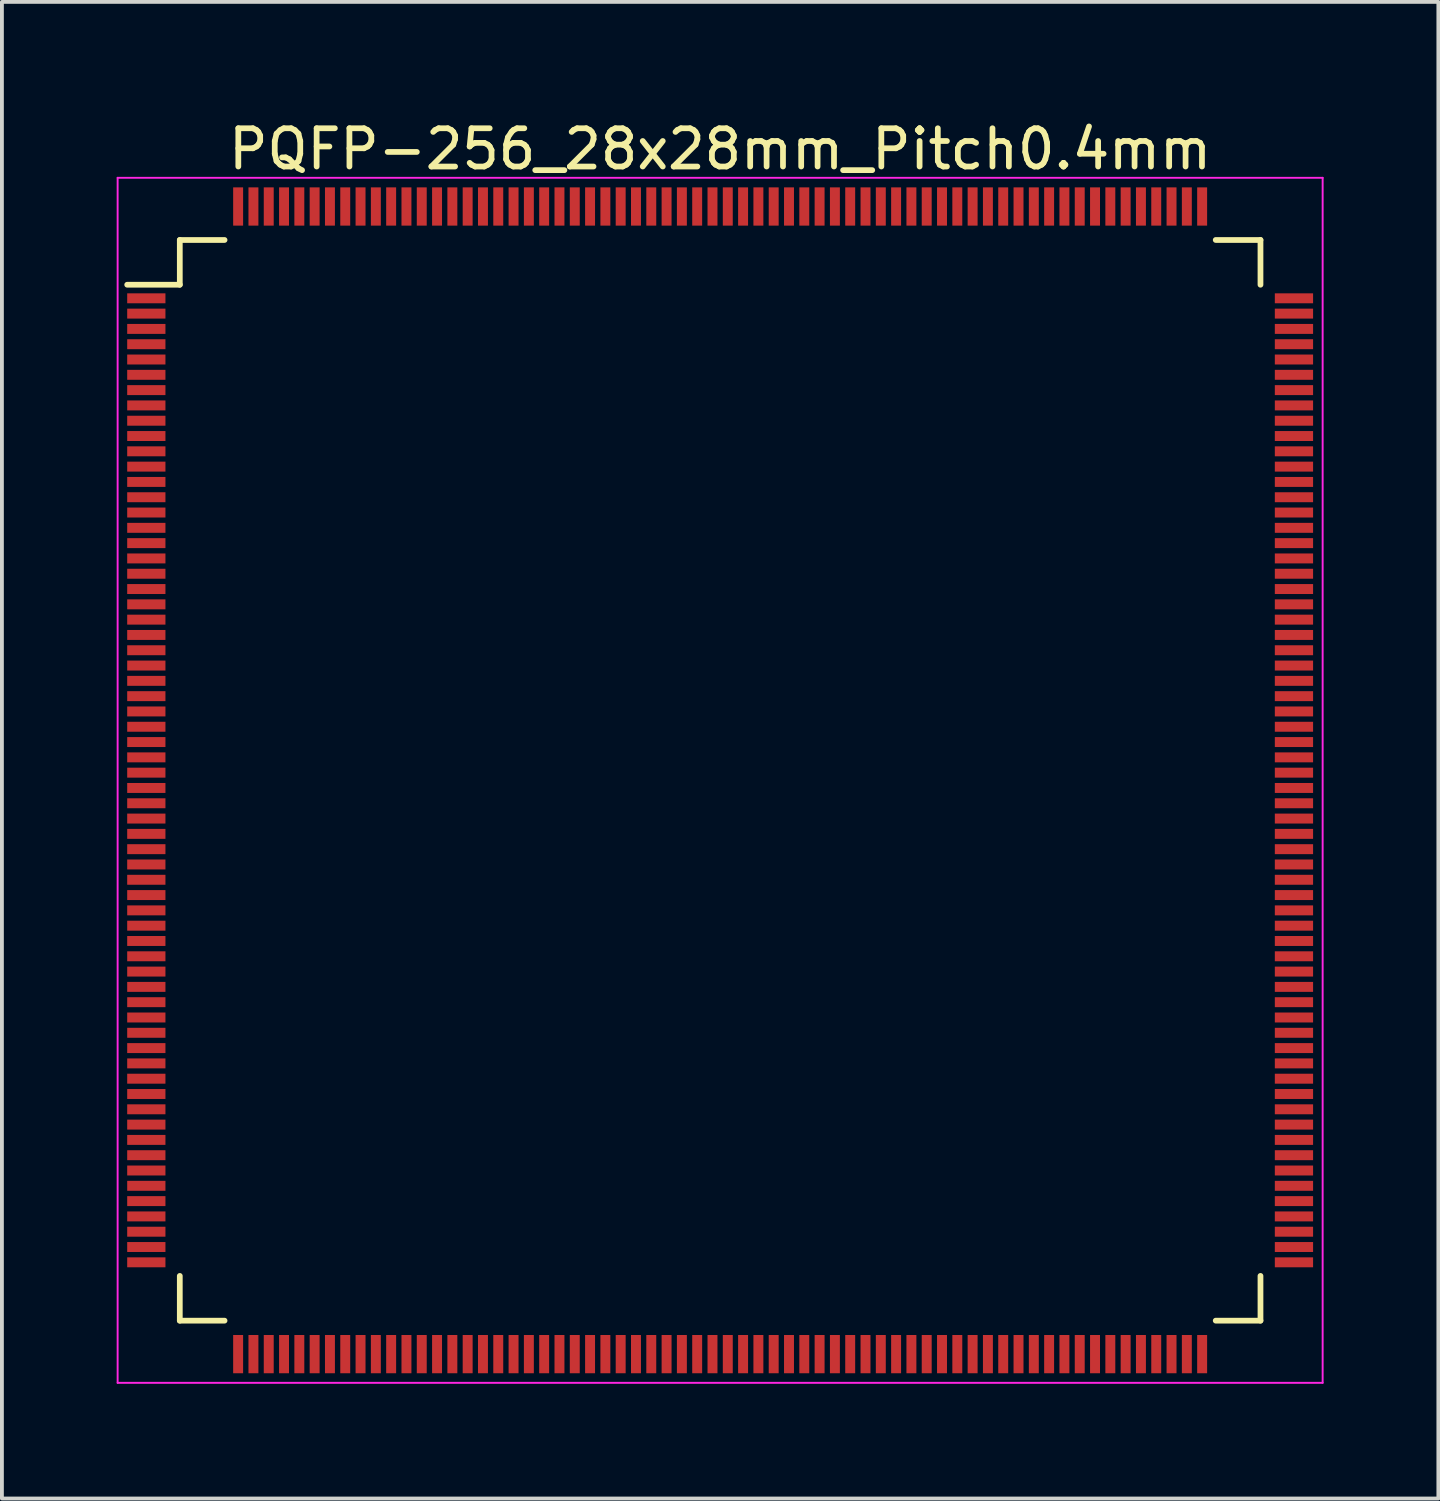
<source format=kicad_pcb>
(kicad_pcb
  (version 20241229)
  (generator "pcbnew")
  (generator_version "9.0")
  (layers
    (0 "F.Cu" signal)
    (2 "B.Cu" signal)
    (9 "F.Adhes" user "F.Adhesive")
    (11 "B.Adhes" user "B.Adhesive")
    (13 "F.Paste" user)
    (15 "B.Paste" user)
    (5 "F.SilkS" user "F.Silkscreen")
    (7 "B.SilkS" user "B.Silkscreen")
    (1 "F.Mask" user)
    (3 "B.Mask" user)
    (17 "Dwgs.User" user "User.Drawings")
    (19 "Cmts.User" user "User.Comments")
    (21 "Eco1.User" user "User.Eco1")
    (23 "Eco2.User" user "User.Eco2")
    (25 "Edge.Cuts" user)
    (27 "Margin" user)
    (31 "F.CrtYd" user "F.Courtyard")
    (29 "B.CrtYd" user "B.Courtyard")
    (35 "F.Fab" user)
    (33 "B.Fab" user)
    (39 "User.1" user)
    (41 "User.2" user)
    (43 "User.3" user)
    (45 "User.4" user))
  (footprint "PQFP-256_28x28mm_Pitch0.4mm"
    (layer "F.Cu")
    (at 15.775 17.348)
    (property "Reference" "PQFP-256_28x28mm_Pitch0.4mm" (at 0 -16.5 0) (layer "F.SilkS") (effects (font (size 1 1) (thickness 0.15))))
    (attr smd)
    (fp_line (start -14.125 -14.125) (end -14.125 -12.955) (stroke (width 0.15) (type solid)) (layer "F.SilkS"))
    (fp_line (start -14.125 -14.125) (end -12.955 -14.125) (stroke (width 0.15) (type solid)) (layer "F.SilkS"))
    (fp_line (start -14.125 -12.955) (end -15.5 -12.955) (stroke (width 0.15) (type solid)) (layer "F.SilkS"))
    (fp_line (start -14.125 14.125) (end -14.125 12.955) (stroke (width 0.15) (type solid)) (layer "F.SilkS"))
    (fp_line (start -14.125 14.125) (end -12.955 14.125) (stroke (width 0.15) (type solid)) (layer "F.SilkS"))
    (fp_line (start 14.125 -14.125) (end 12.955 -14.125) (stroke (width 0.15) (type solid)) (layer "F.SilkS"))
    (fp_line (start 14.125 -14.125) (end 14.125 -12.955) (stroke (width 0.15) (type solid)) (layer "F.SilkS"))
    (fp_line (start 14.125 14.125) (end 12.955 14.125) (stroke (width 0.15) (type solid)) (layer "F.SilkS"))
    (fp_line (start 14.125 14.125) (end 14.125 12.955) (stroke (width 0.15) (type solid)) (layer "F.SilkS"))
    (fp_line (start -15.75 -15.75) (end -15.75 15.75) (stroke (width 0.05) (type solid)) (layer "F.CrtYd"))
    (fp_line (start -15.75 -15.75) (end 15.75 -15.75) (stroke (width 0.05) (type solid)) (layer "F.CrtYd"))
    (fp_line (start -15.75 15.75) (end 15.75 15.75) (stroke (width 0.05) (type solid)) (layer "F.CrtYd"))
    (fp_line (start 15.75 -15.75) (end 15.75 15.75) (stroke (width 0.05) (type solid)) (layer "F.CrtYd"))
    (pad "1" smd rect (at -15 -12.6) (size 1 0.26) (layers "F.Cu" "F.Mask" "F.Paste"))
    (pad "2" smd rect (at -15 -12.2) (size 1 0.26) (layers "F.Cu" "F.Mask" "F.Paste"))
    (pad "3" smd rect (at -15 -11.8) (size 1 0.26) (layers "F.Cu" "F.Mask" "F.Paste"))
    (pad "4" smd rect (at -15 -11.4) (size 1 0.26) (layers "F.Cu" "F.Mask" "F.Paste"))
    (pad "5" smd rect (at -15 -11) (size 1 0.26) (layers "F.Cu" "F.Mask" "F.Paste"))
    (pad "6" smd rect (at -15 -10.6) (size 1 0.26) (layers "F.Cu" "F.Mask" "F.Paste"))
    (pad "7" smd rect (at -15 -10.2) (size 1 0.26) (layers "F.Cu" "F.Mask" "F.Paste"))
    (pad "8" smd rect (at -15 -9.8) (size 1 0.26) (layers "F.Cu" "F.Mask" "F.Paste"))
    (pad "9" smd rect (at -15 -9.4) (size 1 0.26) (layers "F.Cu" "F.Mask" "F.Paste"))
    (pad "10" smd rect (at -15 -9) (size 1 0.26) (layers "F.Cu" "F.Mask" "F.Paste"))
    (pad "11" smd rect (at -15 -8.6) (size 1 0.26) (layers "F.Cu" "F.Mask" "F.Paste"))
    (pad "12" smd rect (at -15 -8.2) (size 1 0.26) (layers "F.Cu" "F.Mask" "F.Paste"))
    (pad "13" smd rect (at -15 -7.8) (size 1 0.26) (layers "F.Cu" "F.Mask" "F.Paste"))
    (pad "14" smd rect (at -15 -7.4) (size 1 0.26) (layers "F.Cu" "F.Mask" "F.Paste"))
    (pad "15" smd rect (at -15 -7) (size 1 0.26) (layers "F.Cu" "F.Mask" "F.Paste"))
    (pad "16" smd rect (at -15 -6.6) (size 1 0.26) (layers "F.Cu" "F.Mask" "F.Paste"))
    (pad "17" smd rect (at -15 -6.2) (size 1 0.26) (layers "F.Cu" "F.Mask" "F.Paste"))
    (pad "18" smd rect (at -15 -5.8) (size 1 0.26) (layers "F.Cu" "F.Mask" "F.Paste"))
    (pad "19" smd rect (at -15 -5.4) (size 1 0.26) (layers "F.Cu" "F.Mask" "F.Paste"))
    (pad "20" smd rect (at -15 -5) (size 1 0.26) (layers "F.Cu" "F.Mask" "F.Paste"))
    (pad "21" smd rect (at -15 -4.6) (size 1 0.26) (layers "F.Cu" "F.Mask" "F.Paste"))
    (pad "22" smd rect (at -15 -4.2) (size 1 0.26) (layers "F.Cu" "F.Mask" "F.Paste"))
    (pad "23" smd rect (at -15 -3.8) (size 1 0.26) (layers "F.Cu" "F.Mask" "F.Paste"))
    (pad "24" smd rect (at -15 -3.4) (size 1 0.26) (layers "F.Cu" "F.Mask" "F.Paste"))
    (pad "25" smd rect (at -15 -3) (size 1 0.26) (layers "F.Cu" "F.Mask" "F.Paste"))
    (pad "26" smd rect (at -15 -2.6) (size 1 0.26) (layers "F.Cu" "F.Mask" "F.Paste"))
    (pad "27" smd rect (at -15 -2.2) (size 1 0.26) (layers "F.Cu" "F.Mask" "F.Paste"))
    (pad "28" smd rect (at -15 -1.8) (size 1 0.26) (layers "F.Cu" "F.Mask" "F.Paste"))
    (pad "29" smd rect (at -15 -1.4) (size 1 0.26) (layers "F.Cu" "F.Mask" "F.Paste"))
    (pad "30" smd rect (at -15 -1) (size 1 0.26) (layers "F.Cu" "F.Mask" "F.Paste"))
    (pad "31" smd rect (at -15 -0.6) (size 1 0.26) (layers "F.Cu" "F.Mask" "F.Paste"))
    (pad "32" smd rect (at -15 -0.2) (size 1 0.26) (layers "F.Cu" "F.Mask" "F.Paste"))
    (pad "33" smd rect (at -15 0.2) (size 1 0.26) (layers "F.Cu" "F.Mask" "F.Paste"))
    (pad "34" smd rect (at -15 0.6) (size 1 0.26) (layers "F.Cu" "F.Mask" "F.Paste"))
    (pad "35" smd rect (at -15 1) (size 1 0.26) (layers "F.Cu" "F.Mask" "F.Paste"))
    (pad "36" smd rect (at -15 1.4) (size 1 0.26) (layers "F.Cu" "F.Mask" "F.Paste"))
    (pad "37" smd rect (at -15 1.8) (size 1 0.26) (layers "F.Cu" "F.Mask" "F.Paste"))
    (pad "38" smd rect (at -15 2.2) (size 1 0.26) (layers "F.Cu" "F.Mask" "F.Paste"))
    (pad "39" smd rect (at -15 2.6) (size 1 0.26) (layers "F.Cu" "F.Mask" "F.Paste"))
    (pad "40" smd rect (at -15 3) (size 1 0.26) (layers "F.Cu" "F.Mask" "F.Paste"))
    (pad "41" smd rect (at -15 3.4) (size 1 0.26) (layers "F.Cu" "F.Mask" "F.Paste"))
    (pad "42" smd rect (at -15 3.8) (size 1 0.26) (layers "F.Cu" "F.Mask" "F.Paste"))
    (pad "43" smd rect (at -15 4.2) (size 1 0.26) (layers "F.Cu" "F.Mask" "F.Paste"))
    (pad "44" smd rect (at -15 4.6) (size 1 0.26) (layers "F.Cu" "F.Mask" "F.Paste"))
    (pad "45" smd rect (at -15 5) (size 1 0.26) (layers "F.Cu" "F.Mask" "F.Paste"))
    (pad "46" smd rect (at -15 5.4) (size 1 0.26) (layers "F.Cu" "F.Mask" "F.Paste"))
    (pad "47" smd rect (at -15 5.8) (size 1 0.26) (layers "F.Cu" "F.Mask" "F.Paste"))
    (pad "48" smd rect (at -15 6.2) (size 1 0.26) (layers "F.Cu" "F.Mask" "F.Paste"))
    (pad "49" smd rect (at -15 6.6) (size 1 0.26) (layers "F.Cu" "F.Mask" "F.Paste"))
    (pad "50" smd rect (at -15 7) (size 1 0.26) (layers "F.Cu" "F.Mask" "F.Paste"))
    (pad "51" smd rect (at -15 7.4) (size 1 0.26) (layers "F.Cu" "F.Mask" "F.Paste"))
    (pad "52" smd rect (at -15 7.8) (size 1 0.26) (layers "F.Cu" "F.Mask" "F.Paste"))
    (pad "53" smd rect (at -15 8.2) (size 1 0.26) (layers "F.Cu" "F.Mask" "F.Paste"))
    (pad "54" smd rect (at -15 8.6) (size 1 0.26) (layers "F.Cu" "F.Mask" "F.Paste"))
    (pad "55" smd rect (at -15 9) (size 1 0.26) (layers "F.Cu" "F.Mask" "F.Paste"))
    (pad "56" smd rect (at -15 9.4) (size 1 0.26) (layers "F.Cu" "F.Mask" "F.Paste"))
    (pad "57" smd rect (at -15 9.8) (size 1 0.26) (layers "F.Cu" "F.Mask" "F.Paste"))
    (pad "58" smd rect (at -15 10.2) (size 1 0.26) (layers "F.Cu" "F.Mask" "F.Paste"))
    (pad "59" smd rect (at -15 10.6) (size 1 0.26) (layers "F.Cu" "F.Mask" "F.Paste"))
    (pad "60" smd rect (at -15 11) (size 1 0.26) (layers "F.Cu" "F.Mask" "F.Paste"))
    (pad "61" smd rect (at -15 11.4) (size 1 0.26) (layers "F.Cu" "F.Mask" "F.Paste"))
    (pad "62" smd rect (at -15 11.8) (size 1 0.26) (layers "F.Cu" "F.Mask" "F.Paste"))
    (pad "63" smd rect (at -15 12.2) (size 1 0.26) (layers "F.Cu" "F.Mask" "F.Paste"))
    (pad "64" smd rect (at -15 12.6) (size 1 0.26) (layers "F.Cu" "F.Mask" "F.Paste"))
    (pad "65" smd rect (at -12.6 15 90) (size 1 0.26) (layers "F.Cu" "F.Mask" "F.Paste"))
    (pad "66" smd rect (at -12.2 15 90) (size 1 0.26) (layers "F.Cu" "F.Mask" "F.Paste"))
    (pad "67" smd rect (at -11.8 15 90) (size 1 0.26) (layers "F.Cu" "F.Mask" "F.Paste"))
    (pad "68" smd rect (at -11.4 15 90) (size 1 0.26) (layers "F.Cu" "F.Mask" "F.Paste"))
    (pad "69" smd rect (at -11 15 90) (size 1 0.26) (layers "F.Cu" "F.Mask" "F.Paste"))
    (pad "70" smd rect (at -10.6 15 90) (size 1 0.26) (layers "F.Cu" "F.Mask" "F.Paste"))
    (pad "71" smd rect (at -10.2 15 90) (size 1 0.26) (layers "F.Cu" "F.Mask" "F.Paste"))
    (pad "72" smd rect (at -9.8 15 90) (size 1 0.26) (layers "F.Cu" "F.Mask" "F.Paste"))
    (pad "73" smd rect (at -9.4 15 90) (size 1 0.26) (layers "F.Cu" "F.Mask" "F.Paste"))
    (pad "74" smd rect (at -9 15 90) (size 1 0.26) (layers "F.Cu" "F.Mask" "F.Paste"))
    (pad "75" smd rect (at -8.6 15 90) (size 1 0.26) (layers "F.Cu" "F.Mask" "F.Paste"))
    (pad "76" smd rect (at -8.2 15 90) (size 1 0.26) (layers "F.Cu" "F.Mask" "F.Paste"))
    (pad "77" smd rect (at -7.8 15 90) (size 1 0.26) (layers "F.Cu" "F.Mask" "F.Paste"))
    (pad "78" smd rect (at -7.4 15 90) (size 1 0.26) (layers "F.Cu" "F.Mask" "F.Paste"))
    (pad "79" smd rect (at -7 15 90) (size 1 0.26) (layers "F.Cu" "F.Mask" "F.Paste"))
    (pad "80" smd rect (at -6.6 15 90) (size 1 0.26) (layers "F.Cu" "F.Mask" "F.Paste"))
    (pad "81" smd rect (at -6.2 15 90) (size 1 0.26) (layers "F.Cu" "F.Mask" "F.Paste"))
    (pad "82" smd rect (at -5.8 15 90) (size 1 0.26) (layers "F.Cu" "F.Mask" "F.Paste"))
    (pad "83" smd rect (at -5.4 15 90) (size 1 0.26) (layers "F.Cu" "F.Mask" "F.Paste"))
    (pad "84" smd rect (at -5 15 90) (size 1 0.26) (layers "F.Cu" "F.Mask" "F.Paste"))
    (pad "85" smd rect (at -4.6 15 90) (size 1 0.26) (layers "F.Cu" "F.Mask" "F.Paste"))
    (pad "86" smd rect (at -4.2 15 90) (size 1 0.26) (layers "F.Cu" "F.Mask" "F.Paste"))
    (pad "87" smd rect (at -3.8 15 90) (size 1 0.26) (layers "F.Cu" "F.Mask" "F.Paste"))
    (pad "88" smd rect (at -3.4 15 90) (size 1 0.26) (layers "F.Cu" "F.Mask" "F.Paste"))
    (pad "89" smd rect (at -3 15 90) (size 1 0.26) (layers "F.Cu" "F.Mask" "F.Paste"))
    (pad "90" smd rect (at -2.6 15 90) (size 1 0.26) (layers "F.Cu" "F.Mask" "F.Paste"))
    (pad "91" smd rect (at -2.2 15 90) (size 1 0.26) (layers "F.Cu" "F.Mask" "F.Paste"))
    (pad "92" smd rect (at -1.8 15 90) (size 1 0.26) (layers "F.Cu" "F.Mask" "F.Paste"))
    (pad "93" smd rect (at -1.4 15 90) (size 1 0.26) (layers "F.Cu" "F.Mask" "F.Paste"))
    (pad "94" smd rect (at -1 15 90) (size 1 0.26) (layers "F.Cu" "F.Mask" "F.Paste"))
    (pad "95" smd rect (at -0.6 15 90) (size 1 0.26) (layers "F.Cu" "F.Mask" "F.Paste"))
    (pad "96" smd rect (at -0.2 15 90) (size 1 0.26) (layers "F.Cu" "F.Mask" "F.Paste"))
    (pad "97" smd rect (at 0.2 15 90) (size 1 0.26) (layers "F.Cu" "F.Mask" "F.Paste"))
    (pad "98" smd rect (at 0.6 15 90) (size 1 0.26) (layers "F.Cu" "F.Mask" "F.Paste"))
    (pad "99" smd rect (at 1 15 90) (size 1 0.26) (layers "F.Cu" "F.Mask" "F.Paste"))
    (pad "100" smd rect (at 1.4 15 90) (size 1 0.26) (layers "F.Cu" "F.Mask" "F.Paste"))
    (pad "101" smd rect (at 1.8 15 90) (size 1 0.26) (layers "F.Cu" "F.Mask" "F.Paste"))
    (pad "102" smd rect (at 2.2 15 90) (size 1 0.26) (layers "F.Cu" "F.Mask" "F.Paste"))
    (pad "103" smd rect (at 2.6 15 90) (size 1 0.26) (layers "F.Cu" "F.Mask" "F.Paste"))
    (pad "104" smd rect (at 3 15 90) (size 1 0.26) (layers "F.Cu" "F.Mask" "F.Paste"))
    (pad "105" smd rect (at 3.4 15 90) (size 1 0.26) (layers "F.Cu" "F.Mask" "F.Paste"))
    (pad "106" smd rect (at 3.8 15 90) (size 1 0.26) (layers "F.Cu" "F.Mask" "F.Paste"))
    (pad "107" smd rect (at 4.2 15 90) (size 1 0.26) (layers "F.Cu" "F.Mask" "F.Paste"))
    (pad "108" smd rect (at 4.6 15 90) (size 1 0.26) (layers "F.Cu" "F.Mask" "F.Paste"))
    (pad "109" smd rect (at 5 15 90) (size 1 0.26) (layers "F.Cu" "F.Mask" "F.Paste"))
    (pad "110" smd rect (at 5.4 15 90) (size 1 0.26) (layers "F.Cu" "F.Mask" "F.Paste"))
    (pad "111" smd rect (at 5.8 15 90) (size 1 0.26) (layers "F.Cu" "F.Mask" "F.Paste"))
    (pad "112" smd rect (at 6.2 15 90) (size 1 0.26) (layers "F.Cu" "F.Mask" "F.Paste"))
    (pad "113" smd rect (at 6.6 15 90) (size 1 0.26) (layers "F.Cu" "F.Mask" "F.Paste"))
    (pad "114" smd rect (at 7 15 90) (size 1 0.26) (layers "F.Cu" "F.Mask" "F.Paste"))
    (pad "115" smd rect (at 7.4 15 90) (size 1 0.26) (layers "F.Cu" "F.Mask" "F.Paste"))
    (pad "116" smd rect (at 7.8 15 90) (size 1 0.26) (layers "F.Cu" "F.Mask" "F.Paste"))
    (pad "117" smd rect (at 8.2 15 90) (size 1 0.26) (layers "F.Cu" "F.Mask" "F.Paste"))
    (pad "118" smd rect (at 8.6 15 90) (size 1 0.26) (layers "F.Cu" "F.Mask" "F.Paste"))
    (pad "119" smd rect (at 9 15 90) (size 1 0.26) (layers "F.Cu" "F.Mask" "F.Paste"))
    (pad "120" smd rect (at 9.4 15 90) (size 1 0.26) (layers "F.Cu" "F.Mask" "F.Paste"))
    (pad "121" smd rect (at 9.8 15 90) (size 1 0.26) (layers "F.Cu" "F.Mask" "F.Paste"))
    (pad "122" smd rect (at 10.2 15 90) (size 1 0.26) (layers "F.Cu" "F.Mask" "F.Paste"))
    (pad "123" smd rect (at 10.6 15 90) (size 1 0.26) (layers "F.Cu" "F.Mask" "F.Paste"))
    (pad "124" smd rect (at 11 15 90) (size 1 0.26) (layers "F.Cu" "F.Mask" "F.Paste"))
    (pad "125" smd rect (at 11.4 15 90) (size 1 0.26) (layers "F.Cu" "F.Mask" "F.Paste"))
    (pad "126" smd rect (at 11.8 15 90) (size 1 0.26) (layers "F.Cu" "F.Mask" "F.Paste"))
    (pad "127" smd rect (at 12.2 15 90) (size 1 0.26) (layers "F.Cu" "F.Mask" "F.Paste"))
    (pad "128" smd rect (at 12.6 15 90) (size 1 0.26) (layers "F.Cu" "F.Mask" "F.Paste"))
    (pad "129" smd rect (at 15 12.6) (size 1 0.26) (layers "F.Cu" "F.Mask" "F.Paste"))
    (pad "130" smd rect (at 15 12.2) (size 1 0.26) (layers "F.Cu" "F.Mask" "F.Paste"))
    (pad "131" smd rect (at 15 11.8) (size 1 0.26) (layers "F.Cu" "F.Mask" "F.Paste"))
    (pad "132" smd rect (at 15 11.4) (size 1 0.26) (layers "F.Cu" "F.Mask" "F.Paste"))
    (pad "133" smd rect (at 15 11) (size 1 0.26) (layers "F.Cu" "F.Mask" "F.Paste"))
    (pad "134" smd rect (at 15 10.6) (size 1 0.26) (layers "F.Cu" "F.Mask" "F.Paste"))
    (pad "135" smd rect (at 15 10.2) (size 1 0.26) (layers "F.Cu" "F.Mask" "F.Paste"))
    (pad "136" smd rect (at 15 9.8) (size 1 0.26) (layers "F.Cu" "F.Mask" "F.Paste"))
    (pad "137" smd rect (at 15 9.4) (size 1 0.26) (layers "F.Cu" "F.Mask" "F.Paste"))
    (pad "138" smd rect (at 15 9) (size 1 0.26) (layers "F.Cu" "F.Mask" "F.Paste"))
    (pad "139" smd rect (at 15 8.6) (size 1 0.26) (layers "F.Cu" "F.Mask" "F.Paste"))
    (pad "140" smd rect (at 15 8.2) (size 1 0.26) (layers "F.Cu" "F.Mask" "F.Paste"))
    (pad "141" smd rect (at 15 7.8) (size 1 0.26) (layers "F.Cu" "F.Mask" "F.Paste"))
    (pad "142" smd rect (at 15 7.4) (size 1 0.26) (layers "F.Cu" "F.Mask" "F.Paste"))
    (pad "143" smd rect (at 15 7) (size 1 0.26) (layers "F.Cu" "F.Mask" "F.Paste"))
    (pad "144" smd rect (at 15 6.6) (size 1 0.26) (layers "F.Cu" "F.Mask" "F.Paste"))
    (pad "145" smd rect (at 15 6.2) (size 1 0.26) (layers "F.Cu" "F.Mask" "F.Paste"))
    (pad "146" smd rect (at 15 5.8) (size 1 0.26) (layers "F.Cu" "F.Mask" "F.Paste"))
    (pad "147" smd rect (at 15 5.4) (size 1 0.26) (layers "F.Cu" "F.Mask" "F.Paste"))
    (pad "148" smd rect (at 15 5) (size 1 0.26) (layers "F.Cu" "F.Mask" "F.Paste"))
    (pad "149" smd rect (at 15 4.6) (size 1 0.26) (layers "F.Cu" "F.Mask" "F.Paste"))
    (pad "150" smd rect (at 15 4.2) (size 1 0.26) (layers "F.Cu" "F.Mask" "F.Paste"))
    (pad "151" smd rect (at 15 3.8) (size 1 0.26) (layers "F.Cu" "F.Mask" "F.Paste"))
    (pad "152" smd rect (at 15 3.4) (size 1 0.26) (layers "F.Cu" "F.Mask" "F.Paste"))
    (pad "153" smd rect (at 15 3) (size 1 0.26) (layers "F.Cu" "F.Mask" "F.Paste"))
    (pad "154" smd rect (at 15 2.6) (size 1 0.26) (layers "F.Cu" "F.Mask" "F.Paste"))
    (pad "155" smd rect (at 15 2.2) (size 1 0.26) (layers "F.Cu" "F.Mask" "F.Paste"))
    (pad "156" smd rect (at 15 1.8) (size 1 0.26) (layers "F.Cu" "F.Mask" "F.Paste"))
    (pad "157" smd rect (at 15 1.4) (size 1 0.26) (layers "F.Cu" "F.Mask" "F.Paste"))
    (pad "158" smd rect (at 15 1) (size 1 0.26) (layers "F.Cu" "F.Mask" "F.Paste"))
    (pad "159" smd rect (at 15 0.6) (size 1 0.26) (layers "F.Cu" "F.Mask" "F.Paste"))
    (pad "160" smd rect (at 15 0.2) (size 1 0.26) (layers "F.Cu" "F.Mask" "F.Paste"))
    (pad "161" smd rect (at 15 -0.2) (size 1 0.26) (layers "F.Cu" "F.Mask" "F.Paste"))
    (pad "162" smd rect (at 15 -0.6) (size 1 0.26) (layers "F.Cu" "F.Mask" "F.Paste"))
    (pad "163" smd rect (at 15 -1) (size 1 0.26) (layers "F.Cu" "F.Mask" "F.Paste"))
    (pad "164" smd rect (at 15 -1.4) (size 1 0.26) (layers "F.Cu" "F.Mask" "F.Paste"))
    (pad "165" smd rect (at 15 -1.8) (size 1 0.26) (layers "F.Cu" "F.Mask" "F.Paste"))
    (pad "166" smd rect (at 15 -2.2) (size 1 0.26) (layers "F.Cu" "F.Mask" "F.Paste"))
    (pad "167" smd rect (at 15 -2.6) (size 1 0.26) (layers "F.Cu" "F.Mask" "F.Paste"))
    (pad "168" smd rect (at 15 -3) (size 1 0.26) (layers "F.Cu" "F.Mask" "F.Paste"))
    (pad "169" smd rect (at 15 -3.4) (size 1 0.26) (layers "F.Cu" "F.Mask" "F.Paste"))
    (pad "170" smd rect (at 15 -3.8) (size 1 0.26) (layers "F.Cu" "F.Mask" "F.Paste"))
    (pad "171" smd rect (at 15 -4.2) (size 1 0.26) (layers "F.Cu" "F.Mask" "F.Paste"))
    (pad "172" smd rect (at 15 -4.6) (size 1 0.26) (layers "F.Cu" "F.Mask" "F.Paste"))
    (pad "173" smd rect (at 15 -5) (size 1 0.26) (layers "F.Cu" "F.Mask" "F.Paste"))
    (pad "174" smd rect (at 15 -5.4) (size 1 0.26) (layers "F.Cu" "F.Mask" "F.Paste"))
    (pad "175" smd rect (at 15 -5.8) (size 1 0.26) (layers "F.Cu" "F.Mask" "F.Paste"))
    (pad "176" smd rect (at 15 -6.2) (size 1 0.26) (layers "F.Cu" "F.Mask" "F.Paste"))
    (pad "177" smd rect (at 15 -6.6) (size 1 0.26) (layers "F.Cu" "F.Mask" "F.Paste"))
    (pad "178" smd rect (at 15 -7) (size 1 0.26) (layers "F.Cu" "F.Mask" "F.Paste"))
    (pad "179" smd rect (at 15 -7.4) (size 1 0.26) (layers "F.Cu" "F.Mask" "F.Paste"))
    (pad "180" smd rect (at 15 -7.8) (size 1 0.26) (layers "F.Cu" "F.Mask" "F.Paste"))
    (pad "181" smd rect (at 15 -8.2) (size 1 0.26) (layers "F.Cu" "F.Mask" "F.Paste"))
    (pad "182" smd rect (at 15 -8.6) (size 1 0.26) (layers "F.Cu" "F.Mask" "F.Paste"))
    (pad "183" smd rect (at 15 -9) (size 1 0.26) (layers "F.Cu" "F.Mask" "F.Paste"))
    (pad "184" smd rect (at 15 -9.4) (size 1 0.26) (layers "F.Cu" "F.Mask" "F.Paste"))
    (pad "185" smd rect (at 15 -9.8) (size 1 0.26) (layers "F.Cu" "F.Mask" "F.Paste"))
    (pad "186" smd rect (at 15 -10.2) (size 1 0.26) (layers "F.Cu" "F.Mask" "F.Paste"))
    (pad "187" smd rect (at 15 -10.6) (size 1 0.26) (layers "F.Cu" "F.Mask" "F.Paste"))
    (pad "188" smd rect (at 15 -11) (size 1 0.26) (layers "F.Cu" "F.Mask" "F.Paste"))
    (pad "189" smd rect (at 15 -11.4) (size 1 0.26) (layers "F.Cu" "F.Mask" "F.Paste"))
    (pad "190" smd rect (at 15 -11.8) (size 1 0.26) (layers "F.Cu" "F.Mask" "F.Paste"))
    (pad "191" smd rect (at 15 -12.2) (size 1 0.26) (layers "F.Cu" "F.Mask" "F.Paste"))
    (pad "192" smd rect (at 15 -12.6) (size 1 0.26) (layers "F.Cu" "F.Mask" "F.Paste"))
    (pad "193" smd rect (at 12.6 -15 90) (size 1 0.26) (layers "F.Cu" "F.Mask" "F.Paste"))
    (pad "194" smd rect (at 12.2 -15 90) (size 1 0.26) (layers "F.Cu" "F.Mask" "F.Paste"))
    (pad "195" smd rect (at 11.8 -15 90) (size 1 0.26) (layers "F.Cu" "F.Mask" "F.Paste"))
    (pad "196" smd rect (at 11.4 -15 90) (size 1 0.26) (layers "F.Cu" "F.Mask" "F.Paste"))
    (pad "197" smd rect (at 11 -15 90) (size 1 0.26) (layers "F.Cu" "F.Mask" "F.Paste"))
    (pad "198" smd rect (at 10.6 -15 90) (size 1 0.26) (layers "F.Cu" "F.Mask" "F.Paste"))
    (pad "199" smd rect (at 10.2 -15 90) (size 1 0.26) (layers "F.Cu" "F.Mask" "F.Paste"))
    (pad "200" smd rect (at 9.8 -15 90) (size 1 0.26) (layers "F.Cu" "F.Mask" "F.Paste"))
    (pad "201" smd rect (at 9.4 -15 90) (size 1 0.26) (layers "F.Cu" "F.Mask" "F.Paste"))
    (pad "202" smd rect (at 9 -15 90) (size 1 0.26) (layers "F.Cu" "F.Mask" "F.Paste"))
    (pad "203" smd rect (at 8.6 -15 90) (size 1 0.26) (layers "F.Cu" "F.Mask" "F.Paste"))
    (pad "204" smd rect (at 8.2 -15 90) (size 1 0.26) (layers "F.Cu" "F.Mask" "F.Paste"))
    (pad "205" smd rect (at 7.8 -15 90) (size 1 0.26) (layers "F.Cu" "F.Mask" "F.Paste"))
    (pad "206" smd rect (at 7.4 -15 90) (size 1 0.26) (layers "F.Cu" "F.Mask" "F.Paste"))
    (pad "207" smd rect (at 7 -15 90) (size 1 0.26) (layers "F.Cu" "F.Mask" "F.Paste"))
    (pad "208" smd rect (at 6.6 -15 90) (size 1 0.26) (layers "F.Cu" "F.Mask" "F.Paste"))
    (pad "209" smd rect (at 6.2 -15 90) (size 1 0.26) (layers "F.Cu" "F.Mask" "F.Paste"))
    (pad "210" smd rect (at 5.8 -15 90) (size 1 0.26) (layers "F.Cu" "F.Mask" "F.Paste"))
    (pad "211" smd rect (at 5.4 -15 90) (size 1 0.26) (layers "F.Cu" "F.Mask" "F.Paste"))
    (pad "212" smd rect (at 5 -15 90) (size 1 0.26) (layers "F.Cu" "F.Mask" "F.Paste"))
    (pad "213" smd rect (at 4.6 -15 90) (size 1 0.26) (layers "F.Cu" "F.Mask" "F.Paste"))
    (pad "214" smd rect (at 4.2 -15 90) (size 1 0.26) (layers "F.Cu" "F.Mask" "F.Paste"))
    (pad "215" smd rect (at 3.8 -15 90) (size 1 0.26) (layers "F.Cu" "F.Mask" "F.Paste"))
    (pad "216" smd rect (at 3.4 -15 90) (size 1 0.26) (layers "F.Cu" "F.Mask" "F.Paste"))
    (pad "217" smd rect (at 3 -15 90) (size 1 0.26) (layers "F.Cu" "F.Mask" "F.Paste"))
    (pad "218" smd rect (at 2.6 -15 90) (size 1 0.26) (layers "F.Cu" "F.Mask" "F.Paste"))
    (pad "219" smd rect (at 2.2 -15 90) (size 1 0.26) (layers "F.Cu" "F.Mask" "F.Paste"))
    (pad "220" smd rect (at 1.8 -15 90) (size 1 0.26) (layers "F.Cu" "F.Mask" "F.Paste"))
    (pad "221" smd rect (at 1.4 -15 90) (size 1 0.26) (layers "F.Cu" "F.Mask" "F.Paste"))
    (pad "222" smd rect (at 1 -15 90) (size 1 0.26) (layers "F.Cu" "F.Mask" "F.Paste"))
    (pad "223" smd rect (at 0.6 -15 90) (size 1 0.26) (layers "F.Cu" "F.Mask" "F.Paste"))
    (pad "224" smd rect (at 0.2 -15 90) (size 1 0.26) (layers "F.Cu" "F.Mask" "F.Paste"))
    (pad "225" smd rect (at -0.2 -15 90) (size 1 0.26) (layers "F.Cu" "F.Mask" "F.Paste"))
    (pad "226" smd rect (at -0.6 -15 90) (size 1 0.26) (layers "F.Cu" "F.Mask" "F.Paste"))
    (pad "227" smd rect (at -1 -15 90) (size 1 0.26) (layers "F.Cu" "F.Mask" "F.Paste"))
    (pad "228" smd rect (at -1.4 -15 90) (size 1 0.26) (layers "F.Cu" "F.Mask" "F.Paste"))
    (pad "229" smd rect (at -1.8 -15 90) (size 1 0.26) (layers "F.Cu" "F.Mask" "F.Paste"))
    (pad "230" smd rect (at -2.2 -15 90) (size 1 0.26) (layers "F.Cu" "F.Mask" "F.Paste"))
    (pad "231" smd rect (at -2.6 -15 90) (size 1 0.26) (layers "F.Cu" "F.Mask" "F.Paste"))
    (pad "232" smd rect (at -3 -15 90) (size 1 0.26) (layers "F.Cu" "F.Mask" "F.Paste"))
    (pad "233" smd rect (at -3.4 -15 90) (size 1 0.26) (layers "F.Cu" "F.Mask" "F.Paste"))
    (pad "234" smd rect (at -3.8 -15 90) (size 1 0.26) (layers "F.Cu" "F.Mask" "F.Paste"))
    (pad "235" smd rect (at -4.2 -15 90) (size 1 0.26) (layers "F.Cu" "F.Mask" "F.Paste"))
    (pad "236" smd rect (at -4.6 -15 90) (size 1 0.26) (layers "F.Cu" "F.Mask" "F.Paste"))
    (pad "237" smd rect (at -5 -15 90) (size 1 0.26) (layers "F.Cu" "F.Mask" "F.Paste"))
    (pad "238" smd rect (at -5.4 -15 90) (size 1 0.26) (layers "F.Cu" "F.Mask" "F.Paste"))
    (pad "239" smd rect (at -5.8 -15 90) (size 1 0.26) (layers "F.Cu" "F.Mask" "F.Paste"))
    (pad "240" smd rect (at -6.2 -15 90) (size 1 0.26) (layers "F.Cu" "F.Mask" "F.Paste"))
    (pad "241" smd rect (at -6.6 -15 90) (size 1 0.26) (layers "F.Cu" "F.Mask" "F.Paste"))
    (pad "242" smd rect (at -7 -15 90) (size 1 0.26) (layers "F.Cu" "F.Mask" "F.Paste"))
    (pad "243" smd rect (at -7.4 -15 90) (size 1 0.26) (layers "F.Cu" "F.Mask" "F.Paste"))
    (pad "244" smd rect (at -7.8 -15 90) (size 1 0.26) (layers "F.Cu" "F.Mask" "F.Paste"))
    (pad "245" smd rect (at -8.2 -15 90) (size 1 0.26) (layers "F.Cu" "F.Mask" "F.Paste"))
    (pad "246" smd rect (at -8.6 -15 90) (size 1 0.26) (layers "F.Cu" "F.Mask" "F.Paste"))
    (pad "247" smd rect (at -9 -15 90) (size 1 0.26) (layers "F.Cu" "F.Mask" "F.Paste"))
    (pad "248" smd rect (at -9.4 -15 90) (size 1 0.26) (layers "F.Cu" "F.Mask" "F.Paste"))
    (pad "249" smd rect (at -9.8 -15 90) (size 1 0.26) (layers "F.Cu" "F.Mask" "F.Paste"))
    (pad "250" smd rect (at -10.2 -15 90) (size 1 0.26) (layers "F.Cu" "F.Mask" "F.Paste"))
    (pad "251" smd rect (at -10.6 -15 90) (size 1 0.26) (layers "F.Cu" "F.Mask" "F.Paste"))
    (pad "252" smd rect (at -11 -15 90) (size 1 0.26) (layers "F.Cu" "F.Mask" "F.Paste"))
    (pad "253" smd rect (at -11.4 -15 90) (size 1 0.26) (layers "F.Cu" "F.Mask" "F.Paste"))
    (pad "254" smd rect (at -11.8 -15 90) (size 1 0.26) (layers "F.Cu" "F.Mask" "F.Paste"))
    (pad "255" smd rect (at -12.2 -15 90) (size 1 0.26) (layers "F.Cu" "F.Mask" "F.Paste"))
    (pad "256" smd rect (at -12.6 -15 90) (size 1 0.26) (layers "F.Cu" "F.Mask" "F.Paste")))
  (gr_rect
    (start -3 -3)
    (end 34.55 36.123)
    (stroke (width 0.1) (type default))
    (fill no)
    (layer "Edge.Cuts")))
</source>
